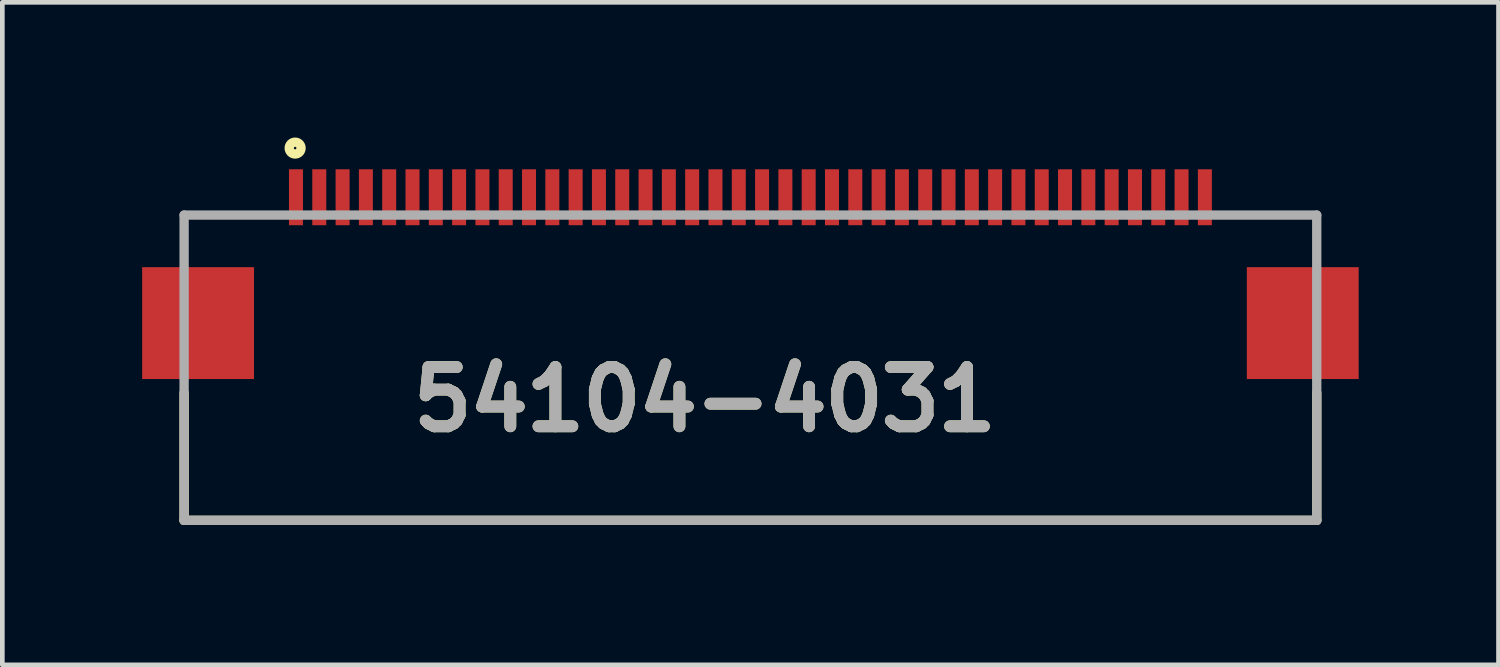
<source format=kicad_pcb>
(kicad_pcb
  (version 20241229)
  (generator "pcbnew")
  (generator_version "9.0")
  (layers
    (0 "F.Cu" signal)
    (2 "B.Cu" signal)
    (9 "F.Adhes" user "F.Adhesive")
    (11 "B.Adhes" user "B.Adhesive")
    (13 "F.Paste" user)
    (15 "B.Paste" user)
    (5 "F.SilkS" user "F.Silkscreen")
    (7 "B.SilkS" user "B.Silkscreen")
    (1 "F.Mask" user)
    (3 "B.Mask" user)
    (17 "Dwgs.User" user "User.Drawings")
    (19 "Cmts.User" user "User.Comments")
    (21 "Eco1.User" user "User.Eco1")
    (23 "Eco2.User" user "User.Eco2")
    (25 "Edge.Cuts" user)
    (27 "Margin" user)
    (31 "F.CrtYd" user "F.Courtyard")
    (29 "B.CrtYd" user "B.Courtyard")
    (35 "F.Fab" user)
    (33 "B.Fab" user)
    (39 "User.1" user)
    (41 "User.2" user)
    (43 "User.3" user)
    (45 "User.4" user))
  (footprint "54104-4031"
    (layer "F.Cu")
    (at 13.05 1.564)
    (property "Reference" "54104-4031" (at -0.979 3.957 0) (layer "F.SilkS") (effects (font (size 1.27 1.27) (thickness 0.254))))
    (attr smd)
    (fp_line (start -12.15 6.55) (end -12.15 3.814) (stroke (width 0.2) (type solid)) (layer "F.SilkS"))
    (fp_line (start -12.15 6.55) (end 12.15 6.55) (stroke (width 0.2) (type solid)) (layer "F.SilkS"))
    (fp_line (start 12.15 6.55) (end 12.15 3.814) (stroke (width 0.2) (type solid)) (layer "F.SilkS"))
    (fp_circle (center -9.768 -1.437) (end -9.768 -1.41) (stroke (width 0.2) (type solid)) (fill no) (layer "F.SilkS"))
    (fp_line (start -12.15 0) (end 12.15 0) (stroke (width 0.2) (type solid)) (layer "F.Fab"))
    (fp_line (start -12.15 6.55) (end -12.15 0) (stroke (width 0.2) (type solid)) (layer "F.Fab"))
    (fp_line (start 12.15 0) (end 12.15 6.55) (stroke (width 0.2) (type solid)) (layer "F.Fab"))
    (fp_line (start 12.15 6.55) (end -12.15 6.55) (stroke (width 0.2) (type solid)) (layer "F.Fab"))
    (fp_text user "${REFERENCE}" (at -0.979 3.957 0) (layer "F.Fab") (effects (font (size 1.27 1.27) (thickness 0.254))))
    (pad "1" smd rect (at -9.75 -0.382) (size 0.3 1.2) (layers "F.Cu" "F.Mask" "F.Paste"))
    (pad "2" smd rect (at -9.25 -0.382) (size 0.3 1.2) (layers "F.Cu" "F.Mask" "F.Paste"))
    (pad "3" smd rect (at -8.75 -0.382) (size 0.3 1.2) (layers "F.Cu" "F.Mask" "F.Paste"))
    (pad "4" smd rect (at -8.25 -0.382) (size 0.3 1.2) (layers "F.Cu" "F.Mask" "F.Paste"))
    (pad "5" smd rect (at -7.75 -0.382) (size 0.3 1.2) (layers "F.Cu" "F.Mask" "F.Paste"))
    (pad "6" smd rect (at -7.25 -0.382) (size 0.3 1.2) (layers "F.Cu" "F.Mask" "F.Paste"))
    (pad "7" smd rect (at -6.75 -0.382) (size 0.3 1.2) (layers "F.Cu" "F.Mask" "F.Paste"))
    (pad "8" smd rect (at -6.25 -0.382) (size 0.3 1.2) (layers "F.Cu" "F.Mask" "F.Paste"))
    (pad "9" smd rect (at -5.75 -0.382) (size 0.3 1.2) (layers "F.Cu" "F.Mask" "F.Paste"))
    (pad "10" smd rect (at -5.25 -0.382) (size 0.3 1.2) (layers "F.Cu" "F.Mask" "F.Paste"))
    (pad "11" smd rect (at -4.75 -0.382) (size 0.3 1.2) (layers "F.Cu" "F.Mask" "F.Paste"))
    (pad "12" smd rect (at -4.25 -0.382) (size 0.3 1.2) (layers "F.Cu" "F.Mask" "F.Paste"))
    (pad "13" smd rect (at -3.75 -0.382) (size 0.3 1.2) (layers "F.Cu" "F.Mask" "F.Paste"))
    (pad "14" smd rect (at -3.25 -0.382) (size 0.3 1.2) (layers "F.Cu" "F.Mask" "F.Paste"))
    (pad "15" smd rect (at -2.75 -0.382) (size 0.3 1.2) (layers "F.Cu" "F.Mask" "F.Paste"))
    (pad "16" smd rect (at -2.25 -0.382) (size 0.3 1.2) (layers "F.Cu" "F.Mask" "F.Paste"))
    (pad "17" smd rect (at -1.75 -0.382) (size 0.3 1.2) (layers "F.Cu" "F.Mask" "F.Paste"))
    (pad "18" smd rect (at -1.25 -0.382) (size 0.3 1.2) (layers "F.Cu" "F.Mask" "F.Paste"))
    (pad "19" smd rect (at -0.75 -0.382) (size 0.3 1.2) (layers "F.Cu" "F.Mask" "F.Paste"))
    (pad "20" smd rect (at -0.25 -0.382) (size 0.3 1.2) (layers "F.Cu" "F.Mask" "F.Paste"))
    (pad "21" smd rect (at 0.25 -0.382) (size 0.3 1.2) (layers "F.Cu" "F.Mask" "F.Paste"))
    (pad "22" smd rect (at 0.75 -0.382) (size 0.3 1.2) (layers "F.Cu" "F.Mask" "F.Paste"))
    (pad "23" smd rect (at 1.25 -0.382) (size 0.3 1.2) (layers "F.Cu" "F.Mask" "F.Paste"))
    (pad "24" smd rect (at 1.75 -0.382) (size 0.3 1.2) (layers "F.Cu" "F.Mask" "F.Paste"))
    (pad "25" smd rect (at 2.25 -0.382) (size 0.3 1.2) (layers "F.Cu" "F.Mask" "F.Paste"))
    (pad "26" smd rect (at 2.75 -0.382) (size 0.3 1.2) (layers "F.Cu" "F.Mask" "F.Paste"))
    (pad "27" smd rect (at 3.25 -0.382) (size 0.3 1.2) (layers "F.Cu" "F.Mask" "F.Paste"))
    (pad "28" smd rect (at 3.75 -0.382) (size 0.3 1.2) (layers "F.Cu" "F.Mask" "F.Paste"))
    (pad "29" smd rect (at 4.25 -0.382) (size 0.3 1.2) (layers "F.Cu" "F.Mask" "F.Paste"))
    (pad "30" smd rect (at 4.75 -0.382) (size 0.3 1.2) (layers "F.Cu" "F.Mask" "F.Paste"))
    (pad "31" smd rect (at 5.25 -0.382) (size 0.3 1.2) (layers "F.Cu" "F.Mask" "F.Paste"))
    (pad "32" smd rect (at 5.75 -0.382) (size 0.3 1.2) (layers "F.Cu" "F.Mask" "F.Paste"))
    (pad "33" smd rect (at 6.25 -0.382) (size 0.3 1.2) (layers "F.Cu" "F.Mask" "F.Paste"))
    (pad "34" smd rect (at 6.75 -0.382) (size 0.3 1.2) (layers "F.Cu" "F.Mask" "F.Paste"))
    (pad "35" smd rect (at 7.25 -0.382) (size 0.3 1.2) (layers "F.Cu" "F.Mask" "F.Paste"))
    (pad "36" smd rect (at 7.75 -0.382) (size 0.3 1.2) (layers "F.Cu" "F.Mask" "F.Paste"))
    (pad "37" smd rect (at 8.25 -0.382) (size 0.3 1.2) (layers "F.Cu" "F.Mask" "F.Paste"))
    (pad "38" smd rect (at 8.75 -0.382) (size 0.3 1.2) (layers "F.Cu" "F.Mask" "F.Paste"))
    (pad "39" smd rect (at 9.25 -0.382) (size 0.3 1.2) (layers "F.Cu" "F.Mask" "F.Paste"))
    (pad "40" smd rect (at 9.75 -0.382) (size 0.3 1.2) (layers "F.Cu" "F.Mask" "F.Paste"))
    (pad "41" smd rect (at -11.85 2.318 90) (size 2.4 2.4) (layers "F.Cu" "F.Mask" "F.Paste"))
    (pad "42" smd rect (at 11.85 2.318 90) (size 2.4 2.4) (layers "F.Cu" "F.Mask" "F.Paste")))
  (gr_rect
    (start -3 -3)
    (end 29.1 11.214)
    (stroke (width 0.1) (type default))
    (fill no)
    (layer "Edge.Cuts")))
</source>
